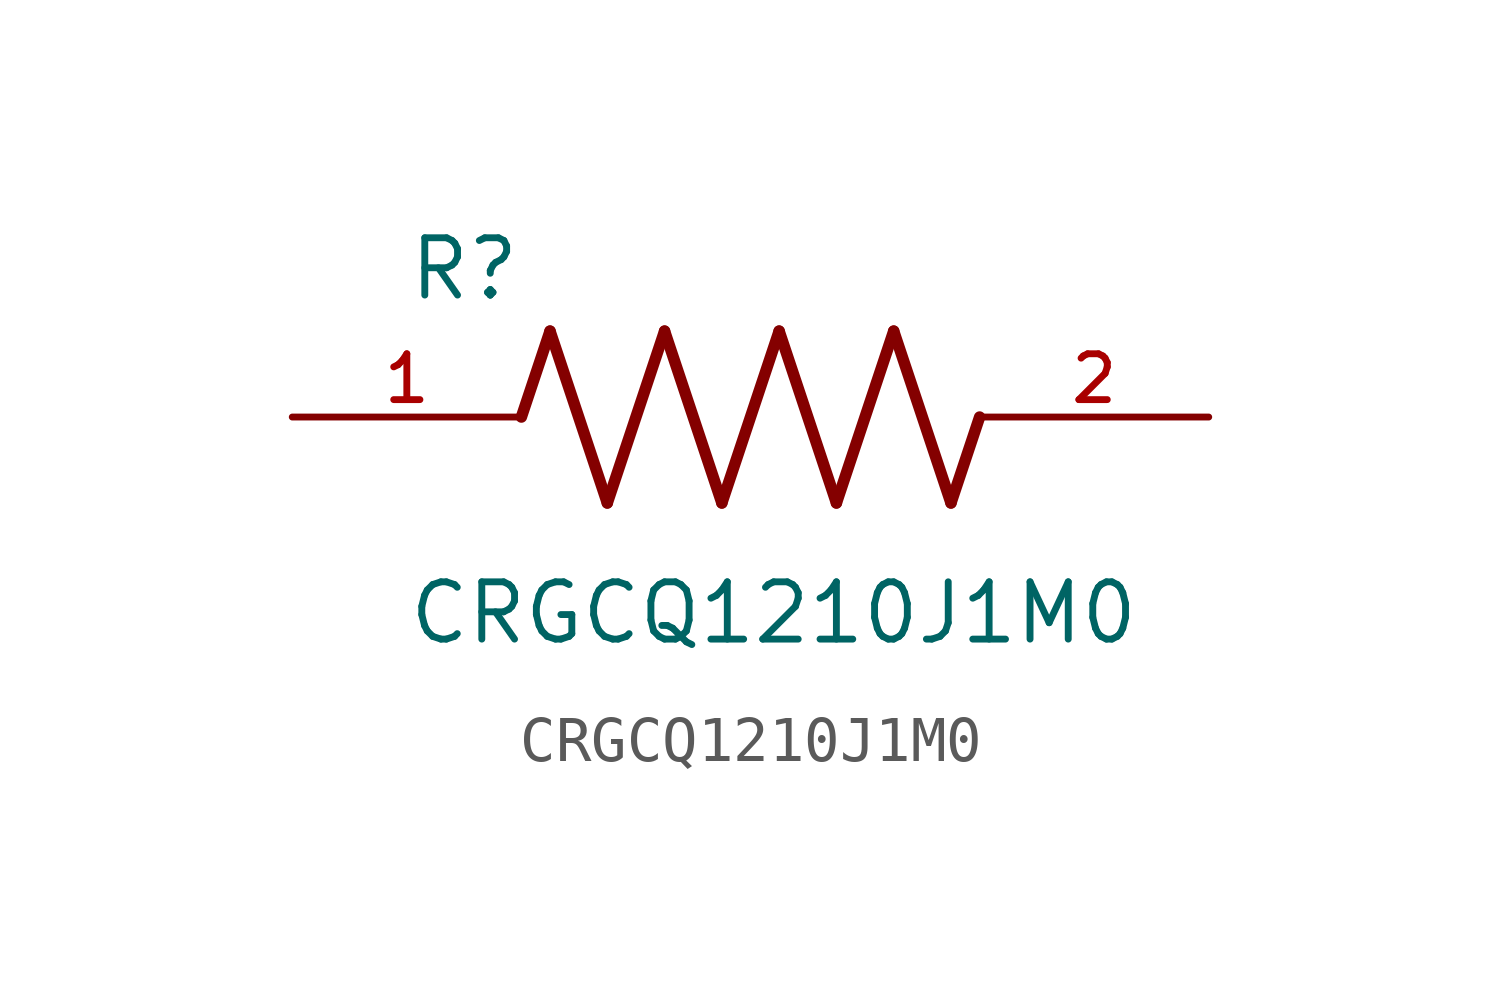
<source format=kicad_sym>
(kicad_symbol_lib
  (version 20211014)
  (generator kicad_symbol_editor)
  (symbol "CRGCQ1210J1M0"
    (pin_names
      (offset 1.016))
    (property "Reference" "R"
      (at -7.624 2.541 0)
      (effects (font (size 1.27 1.27)) (justify bottom left)))
    (property "Value" "CRGCQ1210J1M0"
      (at -7.63 -5.087 0)
      (effects (font (size 1.27 1.27)) (justify bottom left)))
    (symbol "CRGCQ1210J1M0_0_0"
      (polyline (pts (xy -5.08 0.0) (xy -4.445 1.905)) (stroke (width 0.254)))
      (polyline (pts (xy -4.445 1.905) (xy -3.175 -1.905)) (stroke (width 0.254)))
      (polyline (pts (xy -3.175 -1.905) (xy -1.905 1.905)) (stroke (width 0.254)))
      (polyline (pts (xy -1.905 1.905) (xy -0.635 -1.905)) (stroke (width 0.254)))
      (polyline (pts (xy -0.635 -1.905) (xy 0.635 1.905)) (stroke (width 0.254)))
      (polyline (pts (xy 0.635 1.905) (xy 1.905 -1.905)) (stroke (width 0.254)))
      (polyline (pts (xy 1.905 -1.905) (xy 3.175 1.905)) (stroke (width 0.254)))
      (polyline (pts (xy 3.175 1.905) (xy 4.445 -1.905)) (stroke (width 0.254)))
      (polyline (pts (xy 4.445 -1.905) (xy 5.08 0.0)) (stroke (width 0.254)))
      (pin passive line (at -10.16 0.0 0) (length 5.08) (name "~" (effects (font (size 1.016 1.016)))) (number "1" (effects (font (size 1.016 1.016)))))
      (pin passive line (at 10.16 0.0 180.0) (length 5.08) (name "~" (effects (font (size 1.016 1.016)))) (number "2" (effects (font (size 1.016 1.016))))))))
</source>
